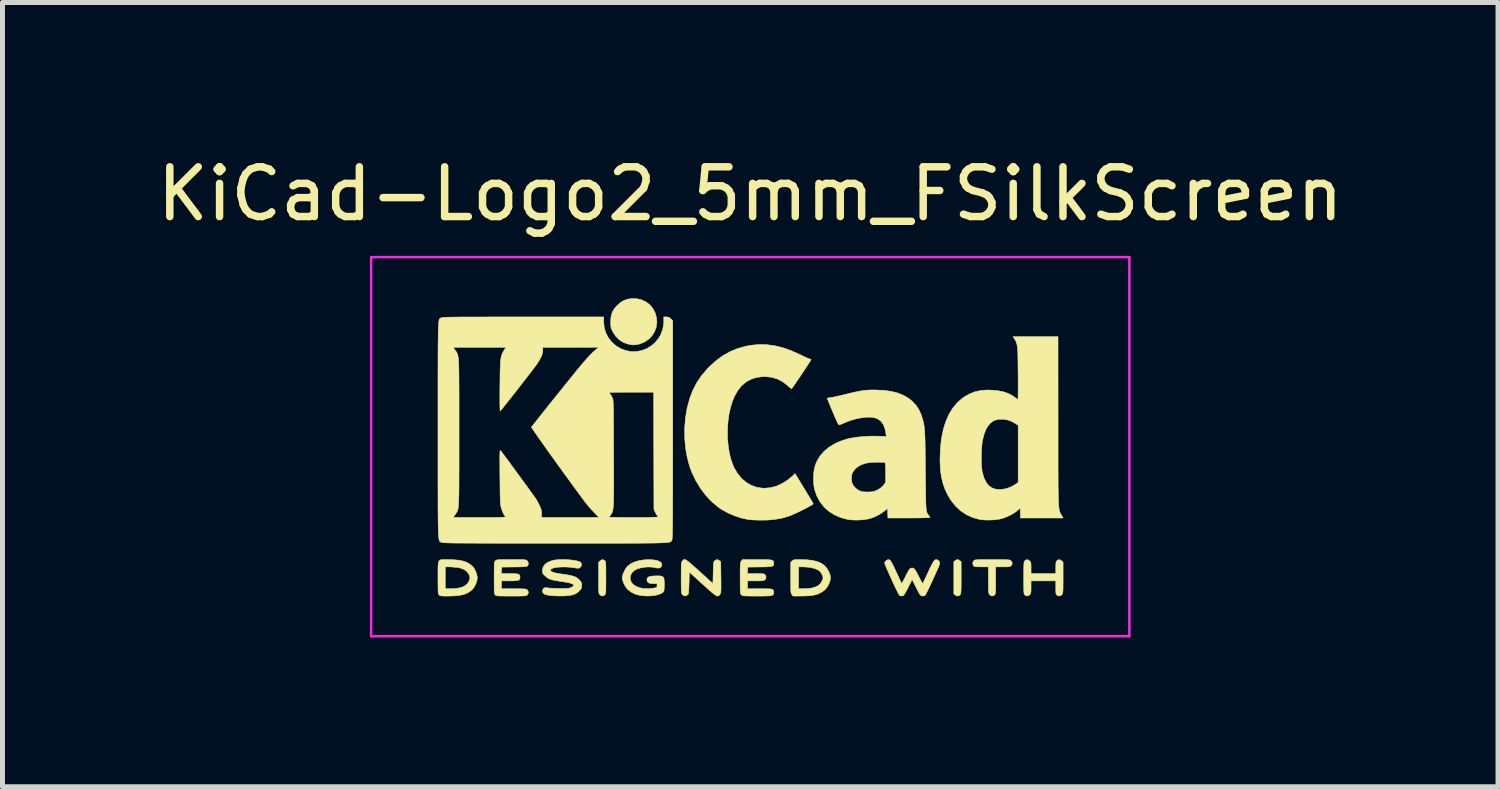
<source format=kicad_pcb>
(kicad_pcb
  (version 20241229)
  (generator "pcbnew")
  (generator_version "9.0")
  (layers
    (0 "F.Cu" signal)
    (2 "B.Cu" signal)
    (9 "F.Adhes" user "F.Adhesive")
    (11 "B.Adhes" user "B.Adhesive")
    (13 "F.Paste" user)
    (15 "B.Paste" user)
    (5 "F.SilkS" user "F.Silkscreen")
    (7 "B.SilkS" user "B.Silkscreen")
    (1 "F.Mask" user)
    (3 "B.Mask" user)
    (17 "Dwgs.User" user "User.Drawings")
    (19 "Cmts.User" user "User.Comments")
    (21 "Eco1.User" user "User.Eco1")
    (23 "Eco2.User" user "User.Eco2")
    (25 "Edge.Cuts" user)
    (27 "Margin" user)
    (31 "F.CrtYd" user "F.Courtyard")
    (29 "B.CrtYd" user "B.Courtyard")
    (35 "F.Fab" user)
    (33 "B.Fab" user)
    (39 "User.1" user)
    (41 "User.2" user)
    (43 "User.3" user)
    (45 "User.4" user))
  (footprint "KiCad-Logo2_5mm_FSilkScreen"
    (layer "F.Cu")
    (at 12.03 5.928)
    (property "Reference" "KiCad-Logo2_5mm_FSilkScreen" (at 0 -5.08 0) (layer "F.SilkS") (effects (font (size 1 1) (thickness 0.15))))
    (attr exclude_from_pos_files exclude_from_bom)
    (fp_poly (pts (xy 4.189 2.276) (xy 4.212 2.291) (xy 4.239 2.312) (xy 4.239 2.634) (xy 4.239 2.728) (xy 4.239 2.802) (xy 4.238 2.859) (xy 4.236 2.901) (xy 4.234 2.931) (xy 4.231 2.951) (xy 4.227 2.965) (xy 4.221 2.974) (xy 4.217 2.979) (xy 4.186 3) (xy 4.15 2.999) (xy 4.119 2.981) (xy 4.092 2.96) (xy 4.092 2.312) (xy 4.119 2.291) (xy 4.145 2.275) (xy 4.166 2.269) (xy 4.189 2.276)) (stroke (width 0.01) (type solid)) (fill yes) (layer "F.SilkS"))
    (fp_poly (pts (xy -2.924 2.292) (xy -2.917 2.299) (xy -2.912 2.309) (xy -2.908 2.324) (xy -2.905 2.346) (xy -2.903 2.378) (xy -2.902 2.422) (xy -2.902 2.482) (xy -2.901 2.56) (xy -2.901 2.636) (xy -2.901 2.73) (xy -2.902 2.804) (xy -2.902 2.86) (xy -2.904 2.902) (xy -2.906 2.932) (xy -2.909 2.952) (xy -2.913 2.965) (xy -2.919 2.974) (xy -2.924 2.98) (xy -2.957 3) (xy -2.992 2.998) (xy -3.023 2.977) (xy -3.031 2.968) (xy -3.036 2.959) (xy -3.041 2.945) (xy -3.044 2.924) (xy -3.046 2.895) (xy -3.047 2.853) (xy -3.048 2.796) (xy -3.048 2.722) (xy -3.048 2.638) (xy -3.048 2.324) (xy -3.02 2.297) (xy -2.986 2.273) (xy -2.953 2.273) (xy -2.924 2.292)) (stroke (width 0.01) (type solid)) (fill yes) (layer "F.SilkS"))
    (fp_poly (pts (xy -2.273 -2.973) (xy -2.177 -2.949) (xy -2.09 -2.906) (xy -2.015 -2.847) (xy -1.954 -2.772) (xy -1.909 -2.683) (xy -1.883 -2.586) (xy -1.877 -2.489) (xy -1.892 -2.395) (xy -1.926 -2.307) (xy -1.977 -2.228) (xy -2.042 -2.16) (xy -2.121 -2.106) (xy -2.212 -2.068) (xy -2.263 -2.056) (xy -2.308 -2.048) (xy -2.342 -2.045) (xy -2.375 -2.047) (xy -2.415 -2.054) (xy -2.449 -2.061) (xy -2.542 -2.092) (xy -2.626 -2.143) (xy -2.698 -2.213) (xy -2.756 -2.298) (xy -2.77 -2.326) (xy -2.787 -2.362) (xy -2.797 -2.392) (xy -2.802 -2.425) (xy -2.805 -2.466) (xy -2.805 -2.512) (xy -2.801 -2.596) (xy -2.787 -2.665) (xy -2.762 -2.726) (xy -2.723 -2.784) (xy -2.684 -2.829) (xy -2.612 -2.895) (xy -2.537 -2.94) (xy -2.455 -2.967) (xy -2.377 -2.977) (xy -2.273 -2.973)) (stroke (width 0.01) (type solid)) (fill yes) (layer "F.SilkS"))
    (fp_poly (pts (xy 4.963 2.269) (xy 5.042 2.27) (xy 5.103 2.27) (xy 5.149 2.272) (xy 5.182 2.274) (xy 5.205 2.277) (xy 5.221 2.28) (xy 5.231 2.285) (xy 5.236 2.289) (xy 5.261 2.321) (xy 5.265 2.355) (xy 5.249 2.386) (xy 5.238 2.398) (xy 5.227 2.406) (xy 5.211 2.412) (xy 5.186 2.414) (xy 5.147 2.416) (xy 5.09 2.416) (xy 5.079 2.416) (xy 4.933 2.416) (xy 4.933 2.687) (xy 4.933 2.772) (xy 4.933 2.838) (xy 4.932 2.887) (xy 4.93 2.922) (xy 4.927 2.946) (xy 4.923 2.962) (xy 4.918 2.972) (xy 4.911 2.98) (xy 4.878 3) (xy 4.843 2.999) (xy 4.812 2.976) (xy 4.81 2.973) (xy 4.802 2.962) (xy 4.797 2.95) (xy 4.793 2.933) (xy 4.79 2.908) (xy 4.788 2.872) (xy 4.787 2.822) (xy 4.787 2.755) (xy 4.786 2.68) (xy 4.786 2.416) (xy 4.647 2.416) (xy 4.587 2.415) (xy 4.546 2.414) (xy 4.519 2.411) (xy 4.502 2.405) (xy 4.49 2.397) (xy 4.489 2.395) (xy 4.473 2.362) (xy 4.474 2.324) (xy 4.493 2.292) (xy 4.5 2.285) (xy 4.51 2.28) (xy 4.524 2.276) (xy 4.545 2.274) (xy 4.575 2.272) (xy 4.618 2.27) (xy 4.676 2.269) (xy 4.75 2.269) (xy 4.844 2.269) (xy 4.864 2.269) (xy 4.963 2.269)) (stroke (width 0.01) (type solid)) (fill yes) (layer "F.SilkS"))
    (fp_poly (pts (xy 6.229 2.275) (xy 6.26 2.297) (xy 6.288 2.324) (xy 6.288 2.634) (xy 6.288 2.726) (xy 6.287 2.798) (xy 6.287 2.853) (xy 6.285 2.893) (xy 6.283 2.922) (xy 6.28 2.942) (xy 6.275 2.956) (xy 6.269 2.967) (xy 6.265 2.973) (xy 6.234 2.998) (xy 6.198 3) (xy 6.166 2.985) (xy 6.156 2.976) (xy 6.148 2.965) (xy 6.144 2.946) (xy 6.142 2.915) (xy 6.141 2.869) (xy 6.141 2.833) (xy 6.141 2.698) (xy 5.644 2.698) (xy 5.644 2.821) (xy 5.644 2.877) (xy 5.642 2.915) (xy 5.638 2.941) (xy 5.63 2.96) (xy 5.621 2.973) (xy 5.59 2.998) (xy 5.555 3.001) (xy 5.522 2.983) (xy 5.513 2.974) (xy 5.506 2.962) (xy 5.502 2.943) (xy 5.499 2.914) (xy 5.498 2.87) (xy 5.497 2.808) (xy 5.497 2.794) (xy 5.497 2.678) (xy 5.497 2.582) (xy 5.497 2.504) (xy 5.497 2.443) (xy 5.498 2.396) (xy 5.5 2.361) (xy 5.502 2.335) (xy 5.505 2.318) (xy 5.51 2.306) (xy 5.515 2.298) (xy 5.52 2.292) (xy 5.552 2.272) (xy 5.585 2.275) (xy 5.617 2.297) (xy 5.629 2.311) (xy 5.638 2.327) (xy 5.642 2.35) (xy 5.644 2.384) (xy 5.644 2.436) (xy 5.644 2.551) (xy 6.141 2.551) (xy 6.141 2.433) (xy 6.142 2.378) (xy 6.144 2.341) (xy 6.148 2.317) (xy 6.155 2.301) (xy 6.164 2.292) (xy 6.196 2.272) (xy 6.229 2.275)) (stroke (width 0.01) (type solid)) (fill yes) (layer "F.SilkS"))
    (fp_poly (pts (xy 1.018 2.269) (xy 1.147 2.274) (xy 1.257 2.287) (xy 1.349 2.31) (xy 1.426 2.343) (xy 1.489 2.388) (xy 1.539 2.444) (xy 1.58 2.514) (xy 1.58 2.515) (xy 1.605 2.577) (xy 1.613 2.633) (xy 1.606 2.688) (xy 1.584 2.751) (xy 1.579 2.761) (xy 1.55 2.817) (xy 1.517 2.86) (xy 1.475 2.897) (xy 1.417 2.934) (xy 1.414 2.936) (xy 1.364 2.96) (xy 1.307 2.978) (xy 1.24 2.991) (xy 1.159 2.999) (xy 1.06 3.002) (xy 1.025 3.002) (xy 0.86 3.003) (xy 0.836 2.973) (xy 0.829 2.963) (xy 0.824 2.952) (xy 0.82 2.936) (xy 0.817 2.913) (xy 0.815 2.88) (xy 0.814 2.856) (xy 0.971 2.856) (xy 1.065 2.856) (xy 1.12 2.854) (xy 1.176 2.85) (xy 1.222 2.844) (xy 1.225 2.844) (xy 1.307 2.822) (xy 1.371 2.789) (xy 1.418 2.743) (xy 1.451 2.683) (xy 1.457 2.667) (xy 1.463 2.642) (xy 1.46 2.618) (xy 1.448 2.585) (xy 1.441 2.569) (xy 1.418 2.527) (xy 1.39 2.497) (xy 1.359 2.477) (xy 1.297 2.45) (xy 1.218 2.43) (xy 1.125 2.419) (xy 1.058 2.416) (xy 0.971 2.416) (xy 0.971 2.856) (xy 0.814 2.856) (xy 0.814 2.835) (xy 0.813 2.774) (xy 0.813 2.696) (xy 0.813 2.634) (xy 0.813 2.324) (xy 0.841 2.297) (xy 0.853 2.286) (xy 0.866 2.278) (xy 0.885 2.273) (xy 0.913 2.27) (xy 0.955 2.269) (xy 1.015 2.269) (xy 1.018 2.269)) (stroke (width 0.01) (type solid)) (fill yes) (layer "F.SilkS"))
    (fp_poly (pts (xy -6.121 2.269) (xy -6.082 2.269) (xy -5.966 2.272) (xy -5.869 2.281) (xy -5.788 2.295) (xy -5.719 2.317) (xy -5.658 2.347) (xy -5.604 2.387) (xy -5.584 2.404) (xy -5.552 2.443) (xy -5.523 2.497) (xy -5.5 2.557) (xy -5.488 2.615) (xy -5.486 2.636) (xy -5.494 2.695) (xy -5.516 2.759) (xy -5.547 2.82) (xy -5.584 2.868) (xy -5.59 2.874) (xy -5.641 2.915) (xy -5.696 2.947) (xy -5.76 2.971) (xy -5.834 2.988) (xy -5.924 2.998) (xy -6.031 3.002) (xy -6.08 3.003) (xy -6.142 3.003) (xy -6.186 3.001) (xy -6.215 2.999) (xy -6.234 2.994) (xy -6.247 2.987) (xy -6.254 2.98) (xy -6.261 2.973) (xy -6.266 2.963) (xy -6.27 2.948) (xy -6.273 2.926) (xy -6.274 2.894) (xy -6.276 2.85) (xy -6.276 2.79) (xy -6.277 2.712) (xy -6.277 2.636) (xy -6.277 2.535) (xy -6.277 2.454) (xy -6.276 2.416) (xy -6.13 2.416) (xy -6.13 2.856) (xy -6.037 2.856) (xy -5.981 2.854) (xy -5.922 2.85) (xy -5.873 2.844) (xy -5.872 2.844) (xy -5.792 2.825) (xy -5.731 2.795) (xy -5.684 2.753) (xy -5.655 2.707) (xy -5.636 2.656) (xy -5.638 2.608) (xy -5.659 2.557) (xy -5.7 2.504) (xy -5.758 2.465) (xy -5.833 2.438) (xy -5.883 2.429) (xy -5.939 2.423) (xy -6 2.418) (xy -6.051 2.416) (xy -6.054 2.416) (xy -6.13 2.416) (xy -6.276 2.416) (xy -6.275 2.392) (xy -6.271 2.345) (xy -6.263 2.312) (xy -6.25 2.29) (xy -6.23 2.277) (xy -6.203 2.27) (xy -6.167 2.269) (xy -6.121 2.269)) (stroke (width 0.01) (type solid)) (fill yes) (layer "F.SilkS"))
    (fp_poly (pts (xy -1.3 2.273) (xy -1.277 2.287) (xy -1.246 2.31) (xy -1.206 2.342) (xy -1.156 2.386) (xy -1.094 2.441) (xy -1.018 2.509) (xy -0.931 2.588) (xy -0.751 2.752) (xy -0.745 2.532) (xy -0.743 2.456) (xy -0.741 2.4) (xy -0.739 2.36) (xy -0.736 2.332) (xy -0.731 2.314) (xy -0.725 2.303) (xy -0.717 2.294) (xy -0.713 2.291) (xy -0.678 2.272) (xy -0.645 2.274) (xy -0.619 2.291) (xy -0.593 2.312) (xy -0.589 2.627) (xy -0.588 2.72) (xy -0.588 2.793) (xy -0.588 2.848) (xy -0.589 2.889) (xy -0.591 2.919) (xy -0.594 2.939) (xy -0.598 2.953) (xy -0.604 2.964) (xy -0.61 2.972) (xy -0.623 2.988) (xy -0.637 2.999) (xy -0.652 3.003) (xy -0.671 2.999) (xy -0.695 2.987) (xy -0.727 2.965) (xy -0.768 2.932) (xy -0.821 2.887) (xy -0.886 2.829) (xy -0.96 2.762) (xy -1.225 2.521) (xy -1.23 2.741) (xy -1.233 2.816) (xy -1.235 2.872) (xy -1.237 2.913) (xy -1.24 2.94) (xy -1.244 2.958) (xy -1.25 2.969) (xy -1.259 2.978) (xy -1.263 2.981) (xy -1.3 3) (xy -1.335 2.997) (xy -1.365 2.973) (xy -1.372 2.963) (xy -1.378 2.952) (xy -1.382 2.936) (xy -1.385 2.913) (xy -1.386 2.88) (xy -1.388 2.835) (xy -1.388 2.774) (xy -1.389 2.694) (xy -1.389 2.636) (xy -1.388 2.544) (xy -1.388 2.473) (xy -1.387 2.418) (xy -1.386 2.378) (xy -1.384 2.349) (xy -1.38 2.329) (xy -1.376 2.315) (xy -1.37 2.305) (xy -1.365 2.299) (xy -1.354 2.285) (xy -1.343 2.274) (xy -1.332 2.268) (xy -1.318 2.267) (xy -1.3 2.273)) (stroke (width 0.01) (type solid)) (fill yes) (layer "F.SilkS"))
    (fp_poly (pts (xy -1.95 2.275) (xy -1.882 2.286) (xy -1.829 2.304) (xy -1.795 2.327) (xy -1.785 2.341) (xy -1.776 2.372) (xy -1.782 2.4) (xy -1.802 2.427) (xy -1.834 2.44) (xy -1.879 2.439) (xy -1.914 2.432) (xy -1.992 2.419) (xy -2.072 2.418) (xy -2.162 2.428) (xy -2.186 2.433) (xy -2.269 2.456) (xy -2.334 2.491) (xy -2.38 2.537) (xy -2.407 2.592) (xy -2.413 2.621) (xy -2.409 2.68) (xy -2.386 2.732) (xy -2.345 2.776) (xy -2.288 2.811) (xy -2.219 2.837) (xy -2.138 2.852) (xy -2.048 2.854) (xy -1.951 2.845) (xy -1.945 2.844) (xy -1.907 2.836) (xy -1.885 2.83) (xy -1.876 2.819) (xy -1.874 2.802) (xy -1.874 2.793) (xy -1.874 2.754) (xy -1.942 2.754) (xy -2.003 2.75) (xy -2.044 2.737) (xy -2.068 2.714) (xy -2.077 2.679) (xy -2.077 2.674) (xy -2.072 2.645) (xy -2.054 2.623) (xy -2.022 2.609) (xy -1.972 2.601) (xy -1.923 2.598) (xy -1.852 2.596) (xy -1.801 2.599) (xy -1.766 2.609) (xy -1.744 2.628) (xy -1.733 2.66) (xy -1.728 2.708) (xy -1.727 2.77) (xy -1.729 2.84) (xy -1.733 2.887) (xy -1.74 2.912) (xy -1.741 2.914) (xy -1.78 2.946) (xy -1.837 2.97) (xy -1.909 2.988) (xy -1.991 2.999) (xy -2.081 3.001) (xy -2.175 2.994) (xy -2.23 2.986) (xy -2.316 2.962) (xy -2.396 2.922) (xy -2.463 2.87) (xy -2.473 2.86) (xy -2.506 2.816) (xy -2.536 2.762) (xy -2.559 2.706) (xy -2.572 2.654) (xy -2.574 2.635) (xy -2.567 2.593) (xy -2.55 2.542) (xy -2.524 2.488) (xy -2.495 2.439) (xy -2.469 2.406) (xy -2.408 2.357) (xy -2.329 2.319) (xy -2.235 2.29) (xy -2.129 2.274) (xy -2.032 2.27) (xy -1.95 2.275)) (stroke (width 0.01) (type solid)) (fill yes) (layer "F.SilkS"))
    (fp_poly (pts (xy 0.23 2.269) (xy 0.307 2.27) (xy 0.365 2.272) (xy 0.408 2.276) (xy 0.438 2.282) (xy 0.457 2.291) (xy 0.468 2.303) (xy 0.473 2.319) (xy 0.474 2.339) (xy 0.474 2.341) (xy 0.473 2.364) (xy 0.468 2.382) (xy 0.457 2.395) (xy 0.437 2.404) (xy 0.406 2.41) (xy 0.36 2.414) (xy 0.298 2.417) (xy 0.216 2.418) (xy 0.191 2.418) (xy -0.051 2.421) (xy -0.054 2.486) (xy -0.058 2.551) (xy 0.111 2.551) (xy 0.176 2.552) (xy 0.223 2.553) (xy 0.255 2.555) (xy 0.276 2.559) (xy 0.289 2.565) (xy 0.299 2.573) (xy 0.299 2.573) (xy 0.316 2.607) (xy 0.316 2.643) (xy 0.297 2.674) (xy 0.294 2.678) (xy 0.281 2.686) (xy 0.263 2.692) (xy 0.237 2.695) (xy 0.197 2.697) (xy 0.142 2.698) (xy 0.106 2.698) (xy -0.056 2.698) (xy -0.056 2.856) (xy 0.19 2.856) (xy 0.272 2.856) (xy 0.333 2.857) (xy 0.379 2.858) (xy 0.41 2.86) (xy 0.431 2.864) (xy 0.445 2.868) (xy 0.453 2.874) (xy 0.455 2.877) (xy 0.472 2.908) (xy 0.473 2.944) (xy 0.46 2.975) (xy 0.449 2.985) (xy 0.438 2.991) (xy 0.421 2.995) (xy 0.396 2.998) (xy 0.359 3) (xy 0.308 3.002) (xy 0.24 3.003) (xy 0.153 3.003) (xy 0.133 3.003) (xy 0.045 3.003) (xy -0.024 3.002) (xy -0.075 3.002) (xy -0.113 3) (xy -0.139 2.998) (xy -0.156 2.994) (xy -0.167 2.989) (xy -0.176 2.983) (xy -0.18 2.978) (xy -0.187 2.97) (xy -0.192 2.96) (xy -0.196 2.945) (xy -0.199 2.923) (xy -0.201 2.89) (xy -0.202 2.845) (xy -0.203 2.785) (xy -0.203 2.707) (xy -0.203 2.641) (xy -0.203 2.549) (xy -0.203 2.476) (xy -0.202 2.421) (xy -0.201 2.38) (xy -0.198 2.35) (xy -0.195 2.33) (xy -0.191 2.316) (xy -0.185 2.305) (xy -0.18 2.299) (xy -0.156 2.269) (xy 0.134 2.269) (xy 0.23 2.269)) (stroke (width 0.01) (type solid)) (fill yes) (layer "F.SilkS"))
    (fp_poly (pts (xy -4.713 2.269) (xy -4.643 2.27) (xy -4.591 2.27) (xy -4.553 2.272) (xy -4.526 2.274) (xy -4.508 2.278) (xy -4.496 2.283) (xy -4.487 2.289) (xy -4.484 2.292) (xy -4.464 2.323) (xy -4.46 2.359) (xy -4.473 2.391) (xy -4.48 2.397) (xy -4.489 2.403) (xy -4.505 2.408) (xy -4.529 2.412) (xy -4.566 2.414) (xy -4.617 2.416) (xy -4.685 2.418) (xy -4.748 2.418) (xy -4.995 2.421) (xy -4.999 2.486) (xy -5.002 2.551) (xy -4.834 2.551) (xy -4.761 2.552) (xy -4.708 2.555) (xy -4.671 2.56) (xy -4.647 2.57) (xy -4.634 2.586) (xy -4.629 2.607) (xy -4.628 2.628) (xy -4.631 2.653) (xy -4.64 2.671) (xy -4.659 2.684) (xy -4.691 2.692) (xy -4.738 2.696) (xy -4.804 2.698) (xy -4.84 2.698) (xy -5.001 2.698) (xy -5.001 2.856) (xy -4.753 2.856) (xy -4.671 2.856) (xy -4.609 2.857) (xy -4.564 2.858) (xy -4.532 2.86) (xy -4.511 2.863) (xy -4.496 2.868) (xy -4.487 2.874) (xy -4.482 2.879) (xy -4.465 2.906) (xy -4.459 2.929) (xy -4.467 2.959) (xy -4.482 2.98) (xy -4.49 2.987) (xy -4.5 2.992) (xy -4.515 2.996) (xy -4.538 2.999) (xy -4.571 3.001) (xy -4.618 3.002) (xy -4.68 3.003) (xy -4.761 3.003) (xy -4.803 3.003) (xy -4.894 3.003) (xy -4.964 3.002) (xy -5.017 3.002) (xy -5.056 3) (xy -5.083 2.998) (xy -5.101 2.994) (xy -5.113 2.99) (xy -5.122 2.983) (xy -5.125 2.98) (xy -5.132 2.973) (xy -5.137 2.963) (xy -5.141 2.948) (xy -5.144 2.926) (xy -5.146 2.894) (xy -5.147 2.849) (xy -5.147 2.789) (xy -5.148 2.711) (xy -5.148 2.638) (xy -5.148 2.545) (xy -5.147 2.471) (xy -5.147 2.415) (xy -5.146 2.374) (xy -5.144 2.345) (xy -5.141 2.325) (xy -5.136 2.312) (xy -5.131 2.303) (xy -5.123 2.295) (xy -5.122 2.294) (xy -5.113 2.286) (xy -5.103 2.28) (xy -5.089 2.276) (xy -5.067 2.273) (xy -5.036 2.271) (xy -4.993 2.27) (xy -4.934 2.269) (xy -4.857 2.269) (xy -4.802 2.269) (xy -4.713 2.269)) (stroke (width 0.01) (type solid)) (fill yes) (layer "F.SilkS"))
    (fp_poly (pts (xy 3.745 2.271) (xy 3.764 2.278) (xy 3.765 2.278) (xy 3.792 2.299) (xy 3.806 2.32) (xy 3.809 2.329) (xy 3.809 2.342) (xy 3.805 2.361) (xy 3.796 2.387) (xy 3.782 2.424) (xy 3.761 2.473) (xy 3.732 2.536) (xy 3.695 2.617) (xy 3.675 2.661) (xy 3.639 2.74) (xy 3.604 2.812) (xy 3.574 2.876) (xy 3.548 2.928) (xy 3.528 2.965) (xy 3.516 2.986) (xy 3.513 2.989) (xy 3.482 3.001) (xy 3.447 3) (xy 3.419 2.984) (xy 3.418 2.983) (xy 3.407 2.966) (xy 3.388 2.933) (xy 3.364 2.888) (xy 3.337 2.836) (xy 3.327 2.817) (xy 3.254 2.67) (xy 3.174 2.829) (xy 3.146 2.884) (xy 3.119 2.932) (xy 3.097 2.969) (xy 3.081 2.991) (xy 3.076 2.996) (xy 3.034 3.002) (xy 3 2.989) (xy 2.99 2.974) (xy 2.972 2.943) (xy 2.949 2.897) (xy 2.921 2.839) (xy 2.89 2.774) (xy 2.857 2.704) (xy 2.824 2.631) (xy 2.792 2.56) (xy 2.763 2.494) (xy 2.737 2.435) (xy 2.718 2.386) (xy 2.705 2.352) (xy 2.7 2.334) (xy 2.7 2.334) (xy 2.711 2.311) (xy 2.733 2.289) (xy 2.735 2.288) (xy 2.762 2.272) (xy 2.787 2.273) (xy 2.796 2.275) (xy 2.808 2.282) (xy 2.82 2.294) (xy 2.834 2.315) (xy 2.852 2.347) (xy 2.875 2.393) (xy 2.905 2.455) (xy 2.932 2.512) (xy 2.962 2.578) (xy 2.99 2.638) (xy 3.013 2.688) (xy 3.03 2.725) (xy 3.039 2.746) (xy 3.041 2.749) (xy 3.047 2.743) (xy 3.061 2.721) (xy 3.081 2.685) (xy 3.106 2.638) (xy 3.115 2.619) (xy 3.148 2.554) (xy 3.174 2.507) (xy 3.194 2.474) (xy 3.21 2.454) (xy 3.226 2.443) (xy 3.242 2.439) (xy 3.252 2.438) (xy 3.271 2.44) (xy 3.287 2.447) (xy 3.303 2.462) (xy 3.321 2.487) (xy 3.344 2.526) (xy 3.373 2.581) (xy 3.389 2.613) (xy 3.415 2.663) (xy 3.437 2.705) (xy 3.454 2.734) (xy 3.464 2.748) (xy 3.466 2.749) (xy 3.472 2.738) (xy 3.487 2.709) (xy 3.508 2.666) (xy 3.534 2.612) (xy 3.564 2.548) (xy 3.578 2.517) (xy 3.616 2.436) (xy 3.647 2.374) (xy 3.672 2.328) (xy 3.692 2.297) (xy 3.71 2.278) (xy 3.727 2.271) (xy 3.745 2.271)) (stroke (width 0.01) (type solid)) (fill yes) (layer "F.SilkS"))
    (fp_poly (pts (xy -3.692 2.27) (xy -3.617 2.276) (xy -3.547 2.284) (xy -3.487 2.295) (xy -3.44 2.308) (xy -3.41 2.323) (xy -3.406 2.327) (xy -3.39 2.362) (xy -3.395 2.397) (xy -3.419 2.428) (xy -3.421 2.429) (xy -3.435 2.438) (xy -3.45 2.443) (xy -3.471 2.443) (xy -3.503 2.44) (xy -3.552 2.432) (xy -3.556 2.432) (xy -3.629 2.423) (xy -3.707 2.418) (xy -3.786 2.418) (xy -3.859 2.422) (xy -3.922 2.43) (xy -3.968 2.443) (xy -3.971 2.444) (xy -4.005 2.463) (xy -4.017 2.482) (xy -4.008 2.5) (xy -3.978 2.518) (xy -3.929 2.535) (xy -3.861 2.549) (xy -3.816 2.556) (xy -3.721 2.57) (xy -3.647 2.582) (xy -3.588 2.594) (xy -3.542 2.608) (xy -3.506 2.623) (xy -3.476 2.641) (xy -3.449 2.664) (xy -3.428 2.686) (xy -3.403 2.717) (xy -3.391 2.743) (xy -3.387 2.776) (xy -3.387 2.788) (xy -3.39 2.828) (xy -3.401 2.857) (xy -3.421 2.883) (xy -3.462 2.924) (xy -3.508 2.954) (xy -3.562 2.976) (xy -3.627 2.991) (xy -3.707 2.999) (xy -3.805 3.001) (xy -3.821 3.001) (xy -3.887 3) (xy -3.952 2.997) (xy -4.009 2.992) (xy -4.052 2.987) (xy -4.055 2.987) (xy -4.098 2.976) (xy -4.134 2.964) (xy -4.154 2.952) (xy -4.173 2.922) (xy -4.174 2.886) (xy -4.158 2.854) (xy -4.154 2.851) (xy -4.139 2.84) (xy -4.12 2.835) (xy -4.091 2.836) (xy -4.056 2.84) (xy -4.016 2.844) (xy -3.96 2.847) (xy -3.895 2.849) (xy -3.828 2.85) (xy -3.81 2.85) (xy -3.742 2.85) (xy -3.692 2.849) (xy -3.657 2.846) (xy -3.63 2.841) (xy -3.609 2.834) (xy -3.596 2.828) (xy -3.568 2.811) (xy -3.55 2.796) (xy -3.547 2.792) (xy -3.553 2.774) (xy -3.579 2.757) (xy -3.624 2.741) (xy -3.687 2.728) (xy -3.705 2.725) (xy -3.801 2.71) (xy -3.878 2.697) (xy -3.938 2.686) (xy -3.984 2.676) (xy -4.021 2.665) (xy -4.049 2.653) (xy -4.073 2.639) (xy -4.096 2.622) (xy -4.119 2.601) (xy -4.127 2.594) (xy -4.155 2.567) (xy -4.17 2.545) (xy -4.176 2.52) (xy -4.177 2.489) (xy -4.167 2.428) (xy -4.136 2.376) (xy -4.085 2.333) (xy -4.013 2.3) (xy -3.962 2.285) (xy -3.907 2.275) (xy -3.841 2.27) (xy -3.768 2.268) (xy -3.692 2.27)) (stroke (width 0.01) (type solid)) (fill yes) (layer "F.SilkS"))
    (fp_poly (pts (xy 0.328 -2.051) (xy 0.489 -2.03) (xy 0.653 -1.99) (xy 0.822 -1.93) (xy 1 -1.851) (xy 1.011 -1.845) (xy 1.069 -1.817) (xy 1.121 -1.793) (xy 1.162 -1.775) (xy 1.19 -1.764) (xy 1.2 -1.761) (xy 1.219 -1.756) (xy 1.224 -1.752) (xy 1.218 -1.741) (xy 1.202 -1.715) (xy 1.177 -1.676) (xy 1.145 -1.626) (xy 1.107 -1.569) (xy 1.066 -1.507) (xy 1.023 -1.442) (xy 0.98 -1.379) (xy 0.939 -1.319) (xy 0.902 -1.265) (xy 0.871 -1.22) (xy 0.847 -1.186) (xy 0.832 -1.167) (xy 0.83 -1.165) (xy 0.82 -1.17) (xy 0.798 -1.187) (xy 0.767 -1.214) (xy 0.752 -1.228) (xy 0.655 -1.303) (xy 0.548 -1.359) (xy 0.433 -1.394) (xy 0.31 -1.408) (xy 0.241 -1.407) (xy 0.119 -1.39) (xy 0.01 -1.354) (xy -0.087 -1.299) (xy -0.174 -1.225) (xy -0.249 -1.131) (xy -0.314 -1.018) (xy -0.351 -0.931) (xy -0.395 -0.796) (xy -0.428 -0.648) (xy -0.448 -0.493) (xy -0.458 -0.333) (xy -0.456 -0.173) (xy -0.443 -0.016) (xy -0.419 0.133) (xy -0.384 0.271) (xy -0.338 0.395) (xy -0.322 0.429) (xy -0.253 0.543) (xy -0.173 0.64) (xy -0.081 0.718) (xy 0.02 0.777) (xy 0.13 0.816) (xy 0.247 0.834) (xy 0.289 0.835) (xy 0.41 0.824) (xy 0.531 0.791) (xy 0.649 0.737) (xy 0.762 0.663) (xy 0.854 0.585) (xy 0.9 0.54) (xy 1.081 0.837) (xy 1.127 0.911) (xy 1.168 0.98) (xy 1.204 1.039) (xy 1.233 1.088) (xy 1.254 1.124) (xy 1.265 1.144) (xy 1.266 1.147) (xy 1.258 1.157) (xy 1.233 1.174) (xy 1.193 1.197) (xy 1.142 1.225) (xy 1.084 1.255) (xy 1.021 1.287) (xy 0.958 1.318) (xy 0.896 1.346) (xy 0.839 1.371) (xy 0.791 1.391) (xy 0.768 1.399) (xy 0.634 1.437) (xy 0.496 1.462) (xy 0.349 1.475) (xy 0.222 1.477) (xy 0.154 1.476) (xy 0.088 1.474) (xy 0.031 1.471) (xy -0.013 1.468) (xy -0.027 1.466) (xy -0.166 1.438) (xy -0.307 1.392) (xy -0.445 1.334) (xy -0.572 1.264) (xy -0.649 1.211) (xy -0.777 1.103) (xy -0.895 0.977) (xy -1.002 0.835) (xy -1.095 0.681) (xy -1.173 0.518) (xy -1.217 0.401) (xy -1.267 0.217) (xy -1.301 0.023) (xy -1.318 -0.179) (xy -1.318 -0.382) (xy -1.301 -0.584) (xy -1.268 -0.781) (xy -1.217 -0.967) (xy -1.214 -0.978) (xy -1.151 -1.14) (xy -1.074 -1.288) (xy -0.981 -1.426) (xy -0.868 -1.558) (xy -0.825 -1.604) (xy -0.688 -1.728) (xy -0.549 -1.83) (xy -0.403 -1.912) (xy -0.249 -1.975) (xy -0.084 -2.02) (xy 0.011 -2.038) (xy 0.17 -2.054) (xy 0.328 -2.051)) (stroke (width 0.01) (type solid)) (fill yes) (layer "F.SilkS"))
    (fp_poly (pts (xy 6.187 -0.528) (xy 6.187 -0.293) (xy 6.187 -0.08) (xy 6.187 0.112) (xy 6.187 0.285) (xy 6.187 0.441) (xy 6.188 0.579) (xy 6.188 0.701) (xy 6.189 0.808) (xy 6.19 0.901) (xy 6.192 0.982) (xy 6.194 1.051) (xy 6.196 1.11) (xy 6.198 1.159) (xy 6.202 1.2) (xy 6.205 1.234) (xy 6.21 1.262) (xy 6.214 1.285) (xy 6.22 1.304) (xy 6.226 1.321) (xy 6.233 1.335) (xy 6.24 1.349) (xy 6.249 1.364) (xy 6.254 1.373) (xy 6.288 1.434) (xy 5.43 1.434) (xy 5.43 1.338) (xy 5.429 1.294) (xy 5.427 1.261) (xy 5.424 1.243) (xy 5.423 1.242) (xy 5.412 1.249) (xy 5.389 1.267) (xy 5.366 1.286) (xy 5.312 1.327) (xy 5.242 1.368) (xy 5.165 1.405) (xy 5.088 1.435) (xy 5.057 1.445) (xy 4.989 1.46) (xy 4.906 1.47) (xy 4.816 1.475) (xy 4.728 1.474) (xy 4.649 1.469) (xy 4.612 1.463) (xy 4.473 1.425) (xy 4.346 1.367) (xy 4.23 1.29) (xy 4.127 1.195) (xy 4.036 1.081) (xy 3.969 0.97) (xy 3.914 0.854) (xy 3.872 0.734) (xy 3.842 0.608) (xy 3.823 0.472) (xy 3.815 0.32) (xy 3.814 0.243) (xy 3.816 0.186) (xy 4.645 0.186) (xy 4.645 0.279) (xy 4.648 0.367) (xy 4.654 0.444) (xy 4.662 0.505) (xy 4.665 0.517) (xy 4.697 0.625) (xy 4.738 0.712) (xy 4.79 0.779) (xy 4.853 0.826) (xy 4.926 0.853) (xy 5.011 0.862) (xy 5.107 0.851) (xy 5.17 0.835) (xy 5.219 0.817) (xy 5.274 0.791) (xy 5.314 0.767) (xy 5.385 0.721) (xy 5.385 -0.429) (xy 5.317 -0.473) (xy 5.239 -0.514) (xy 5.155 -0.541) (xy 5.07 -0.553) (xy 4.988 -0.549) (xy 4.915 -0.53) (xy 4.883 -0.515) (xy 4.826 -0.472) (xy 4.777 -0.415) (xy 4.735 -0.342) (xy 4.701 -0.252) (xy 4.672 -0.141) (xy 4.671 -0.135) (xy 4.66 -0.073) (xy 4.653 0.005) (xy 4.648 0.093) (xy 4.645 0.186) (xy 3.816 0.186) (xy 3.822 0.03) (xy 3.844 -0.166) (xy 3.88 -0.345) (xy 3.93 -0.506) (xy 3.994 -0.65) (xy 4.071 -0.777) (xy 4.163 -0.886) (xy 4.268 -0.977) (xy 4.314 -1.008) (xy 4.415 -1.064) (xy 4.518 -1.104) (xy 4.628 -1.128) (xy 4.749 -1.138) (xy 4.842 -1.137) (xy 4.971 -1.126) (xy 5.084 -1.104) (xy 5.183 -1.07) (xy 5.271 -1.024) (xy 5.32 -0.99) (xy 5.349 -0.968) (xy 5.371 -0.953) (xy 5.379 -0.948) (xy 5.381 -0.959) (xy 5.382 -0.99) (xy 5.383 -1.037) (xy 5.384 -1.1) (xy 5.384 -1.173) (xy 5.384 -1.256) (xy 5.384 -1.344) (xy 5.384 -1.436) (xy 5.383 -1.528) (xy 5.382 -1.618) (xy 5.381 -1.704) (xy 5.38 -1.781) (xy 5.379 -1.848) (xy 5.377 -1.902) (xy 5.375 -1.94) (xy 5.375 -1.947) (xy 5.367 -2.018) (xy 5.356 -2.073) (xy 5.338 -2.12) (xy 5.312 -2.166) (xy 5.305 -2.176) (xy 5.281 -2.213) (xy 6.186 -2.213) (xy 6.187 -0.528)) (stroke (width 0.01) (type solid)) (fill yes) (layer "F.SilkS"))
    (fp_poly (pts (xy 2.674 -1.133) (xy 2.825 -1.113) (xy 2.961 -1.08) (xy 3.08 -1.032) (xy 3.185 -0.971) (xy 3.262 -0.907) (xy 3.331 -0.833) (xy 3.385 -0.753) (xy 3.428 -0.661) (xy 3.443 -0.618) (xy 3.456 -0.579) (xy 3.467 -0.543) (xy 3.477 -0.508) (xy 3.485 -0.472) (xy 3.492 -0.433) (xy 3.498 -0.39) (xy 3.503 -0.34) (xy 3.507 -0.283) (xy 3.51 -0.215) (xy 3.513 -0.136) (xy 3.515 -0.043) (xy 3.517 0.066) (xy 3.518 0.192) (xy 3.52 0.337) (xy 3.521 0.48) (xy 3.522 0.636) (xy 3.524 0.771) (xy 3.525 0.887) (xy 3.526 0.986) (xy 3.528 1.068) (xy 3.53 1.136) (xy 3.532 1.192) (xy 3.535 1.236) (xy 3.539 1.271) (xy 3.544 1.299) (xy 3.55 1.321) (xy 3.557 1.338) (xy 3.565 1.352) (xy 3.574 1.366) (xy 3.585 1.38) (xy 3.59 1.385) (xy 3.605 1.408) (xy 3.612 1.423) (xy 3.612 1.424) (xy 3.602 1.426) (xy 3.571 1.428) (xy 3.522 1.43) (xy 3.458 1.431) (xy 3.382 1.433) (xy 3.295 1.433) (xy 3.2 1.434) (xy 3.19 1.434) (xy 2.767 1.434) (xy 2.763 1.338) (xy 2.76 1.242) (xy 2.698 1.293) (xy 2.601 1.36) (xy 2.491 1.415) (xy 2.404 1.445) (xy 2.335 1.46) (xy 2.252 1.47) (xy 2.162 1.475) (xy 2.074 1.474) (xy 1.995 1.468) (xy 1.959 1.463) (xy 1.819 1.425) (xy 1.692 1.37) (xy 1.58 1.299) (xy 1.484 1.213) (xy 1.404 1.112) (xy 1.341 0.997) (xy 1.296 0.871) (xy 1.284 0.814) (xy 1.276 0.752) (xy 1.273 0.677) (xy 1.272 0.643) (xy 1.272 0.64) (xy 2.032 0.64) (xy 2.042 0.715) (xy 2.07 0.779) (xy 2.118 0.835) (xy 2.123 0.839) (xy 2.172 0.874) (xy 2.223 0.897) (xy 2.284 0.909) (xy 2.359 0.911) (xy 2.377 0.911) (xy 2.431 0.908) (xy 2.471 0.903) (xy 2.506 0.893) (xy 2.545 0.876) (xy 2.556 0.871) (xy 2.616 0.835) (xy 2.663 0.792) (xy 2.676 0.777) (xy 2.721 0.72) (xy 2.721 0.525) (xy 2.72 0.446) (xy 2.718 0.388) (xy 2.715 0.349) (xy 2.711 0.327) (xy 2.707 0.32) (xy 2.691 0.317) (xy 2.657 0.314) (xy 2.61 0.313) (xy 2.555 0.312) (xy 2.546 0.312) (xy 2.425 0.317) (xy 2.323 0.333) (xy 2.236 0.361) (xy 2.164 0.401) (xy 2.109 0.448) (xy 2.064 0.506) (xy 2.039 0.569) (xy 2.032 0.64) (xy 1.272 0.64) (xy 1.274 0.55) (xy 1.283 0.471) (xy 1.299 0.4) (xy 1.324 0.329) (xy 1.348 0.276) (xy 1.407 0.181) (xy 1.485 0.093) (xy 1.58 0.014) (xy 1.69 -0.055) (xy 1.813 -0.111) (xy 1.945 -0.154) (xy 2.009 -0.169) (xy 2.146 -0.191) (xy 2.294 -0.206) (xy 2.446 -0.212) (xy 2.572 -0.211) (xy 2.734 -0.204) (xy 2.727 -0.263) (xy 2.707 -0.362) (xy 2.676 -0.443) (xy 2.632 -0.506) (xy 2.575 -0.551) (xy 2.503 -0.58) (xy 2.416 -0.594) (xy 2.313 -0.591) (xy 2.275 -0.587) (xy 2.134 -0.562) (xy 1.997 -0.521) (xy 1.902 -0.483) (xy 1.857 -0.464) (xy 1.819 -0.448) (xy 1.792 -0.439) (xy 1.785 -0.437) (xy 1.775 -0.446) (xy 1.758 -0.475) (xy 1.734 -0.524) (xy 1.703 -0.594) (xy 1.665 -0.684) (xy 1.658 -0.7) (xy 1.628 -0.772) (xy 1.601 -0.838) (xy 1.578 -0.893) (xy 1.561 -0.936) (xy 1.55 -0.963) (xy 1.547 -0.972) (xy 1.557 -0.977) (xy 1.583 -0.982) (xy 1.611 -0.986) (xy 1.642 -0.991) (xy 1.689 -1) (xy 1.751 -1.013) (xy 1.821 -1.029) (xy 1.896 -1.047) (xy 1.925 -1.054) (xy 2.03 -1.08) (xy 2.117 -1.1) (xy 2.192 -1.115) (xy 2.258 -1.126) (xy 2.319 -1.133) (xy 2.381 -1.138) (xy 2.446 -1.14) (xy 2.504 -1.14) (xy 2.674 -1.133)) (stroke (width 0.01) (type solid)) (fill yes) (layer "F.SilkS"))
    (fp_poly (pts (xy -2.946 -2.511) (xy -2.936 -2.397) (xy -2.904 -2.289) (xy -2.853 -2.19) (xy -2.784 -2.102) (xy -2.699 -2.027) (xy -2.602 -1.97) (xy -2.496 -1.93) (xy -2.389 -1.911) (xy -2.283 -1.913) (xy -2.181 -1.932) (xy -2.085 -1.969) (xy -1.996 -2.021) (xy -1.917 -2.087) (xy -1.849 -2.167) (xy -1.796 -2.258) (xy -1.759 -2.359) (xy -1.74 -2.47) (xy -1.738 -2.52) (xy -1.738 -2.608) (xy -1.687 -2.608) (xy -1.65 -2.605) (xy -1.623 -2.593) (xy -1.596 -2.569) (xy -1.558 -2.531) (xy -1.558 -0.339) (xy -1.558 -0.077) (xy -1.558 0.163) (xy -1.558 0.383) (xy -1.558 0.583) (xy -1.558 0.764) (xy -1.558 0.928) (xy -1.559 1.074) (xy -1.559 1.205) (xy -1.559 1.32) (xy -1.56 1.421) (xy -1.561 1.509) (xy -1.561 1.585) (xy -1.562 1.65) (xy -1.563 1.704) (xy -1.564 1.749) (xy -1.565 1.786) (xy -1.567 1.815) (xy -1.568 1.837) (xy -1.57 1.854) (xy -1.572 1.866) (xy -1.574 1.874) (xy -1.576 1.88) (xy -1.577 1.882) (xy -1.581 1.889) (xy -1.585 1.895) (xy -1.589 1.901) (xy -1.594 1.906) (xy -1.601 1.911) (xy -1.611 1.916) (xy -1.625 1.92) (xy -1.645 1.923) (xy -1.669 1.926) (xy -1.701 1.929) (xy -1.741 1.931) (xy -1.789 1.934) (xy -1.846 1.935) (xy -1.914 1.937) (xy -1.994 1.938) (xy -2.085 1.939) (xy -2.19 1.94) (xy -2.309 1.94) (xy -2.443 1.941) (xy -2.593 1.941) (xy -2.76 1.941) (xy -2.945 1.942) (xy -3.149 1.942) (xy -3.372 1.942) (xy -3.616 1.941) (xy -3.881 1.941) (xy -3.92 1.941) (xy -4.187 1.941) (xy -4.432 1.941) (xy -4.657 1.941) (xy -4.861 1.941) (xy -5.047 1.941) (xy -5.215 1.941) (xy -5.366 1.94) (xy -5.501 1.94) (xy -5.62 1.939) (xy -5.725 1.939) (xy -5.817 1.938) (xy -5.896 1.938) (xy -5.964 1.937) (xy -6.021 1.936) (xy -6.069 1.935) (xy -6.107 1.933) (xy -6.138 1.932) (xy -6.162 1.931) (xy -6.18 1.929) (xy -6.192 1.927) (xy -6.201 1.925) (xy -6.205 1.923) (xy -6.214 1.92) (xy -6.221 1.917) (xy -6.229 1.915) (xy -6.235 1.911) (xy -6.241 1.906) (xy -6.246 1.897) (xy -6.251 1.885) (xy -6.255 1.869) (xy -6.259 1.846) (xy -6.262 1.818) (xy -6.265 1.781) (xy -6.268 1.737) (xy -6.27 1.683) (xy -6.271 1.618) (xy -6.273 1.543) (xy -6.274 1.455) (xy -6.275 1.354) (xy -6.276 1.239) (xy -6.276 1.11) (xy -6.276 0.964) (xy -6.277 0.802) (xy -6.277 0.621) (xy -6.277 0.422) (xy -6.277 0.204) (xy -6.277 -0.035) (xy -6.277 -0.296) (xy -6.277 -0.338) (xy -6.277 -0.601) (xy -6.277 -0.842) (xy -6.277 -1.063) (xy -6.277 -1.264) (xy -6.277 -1.446) (xy -6.276 -1.61) (xy -6.276 -1.757) (xy -6.276 -1.888) (xy -6.275 -1.998) (xy -5.972 -1.998) (xy -5.932 -1.94) (xy -5.921 -1.925) (xy -5.911 -1.911) (xy -5.902 -1.897) (xy -5.894 -1.883) (xy -5.887 -1.868) (xy -5.881 -1.849) (xy -5.875 -1.826) (xy -5.871 -1.798) (xy -5.867 -1.764) (xy -5.863 -1.722) (xy -5.861 -1.67) (xy -5.858 -1.609) (xy -5.857 -1.537) (xy -5.855 -1.452) (xy -5.855 -1.354) (xy -5.854 -1.24) (xy -5.853 -1.111) (xy -5.853 -0.965) (xy -5.853 -0.8) (xy -5.853 -0.616) (xy -5.853 -0.41) (xy -5.853 -0.288) (xy -5.853 -0.071) (xy -5.853 0.125) (xy -5.853 0.3) (xy -5.853 0.456) (xy -5.854 0.595) (xy -5.854 0.717) (xy -5.855 0.823) (xy -5.856 0.915) (xy -5.857 0.994) (xy -5.859 1.062) (xy -5.862 1.118) (xy -5.865 1.165) (xy -5.868 1.204) (xy -5.872 1.235) (xy -5.877 1.261) (xy -5.883 1.282) (xy -5.89 1.299) (xy -5.897 1.314) (xy -5.906 1.327) (xy -5.915 1.341) (xy -5.925 1.356) (xy -5.932 1.365) (xy -5.97 1.422) (xy -5.439 1.422) (xy -5.315 1.422) (xy -5.213 1.422) (xy -5.129 1.422) (xy -5.063 1.421) (xy -5.012 1.42) (xy -4.974 1.419) (xy -4.948 1.417) (xy -4.932 1.415) (xy -4.923 1.412) (xy -4.921 1.408) (xy -4.923 1.404) (xy -4.925 1.403) (xy -4.95 1.366) (xy -4.976 1.313) (xy -4.999 1.251) (xy -5.007 1.224) (xy -5.012 1.206) (xy -5.016 1.185) (xy -5.019 1.159) (xy -5.022 1.126) (xy -5.024 1.083) (xy -5.026 1.028) (xy -5.028 0.96) (xy -5.029 0.877) (xy -5.03 0.775) (xy -5.031 0.654) (xy -5.032 0.61) (xy -5.033 0.484) (xy -5.033 0.38) (xy -5.034 0.295) (xy -5.034 0.227) (xy -5.034 0.174) (xy -5.033 0.135) (xy -5.031 0.107) (xy -5.029 0.09) (xy -5.027 0.081) (xy -5.023 0.078) (xy -5.019 0.08) (xy -5.015 0.085) (xy -5.004 0.098) (xy -4.982 0.127) (xy -4.95 0.17) (xy -4.909 0.225) (xy -4.861 0.289) (xy -4.808 0.362) (xy -4.751 0.44) (xy -4.691 0.521) (xy -4.631 0.603) (xy -4.572 0.685) (xy -4.514 0.763) (xy -4.461 0.836) (xy -4.413 0.902) (xy -4.373 0.959) (xy -4.341 1.004) (xy -4.318 1.035) (xy -4.314 1.041) (xy -4.291 1.078) (xy -4.264 1.126) (xy -4.239 1.176) (xy -4.236 1.183) (xy -4.214 1.231) (xy -4.201 1.268) (xy -4.196 1.304) (xy -4.194 1.346) (xy -4.195 1.422) (xy -3.041 1.422) (xy -3.132 1.329) (xy -3.179 1.279) (xy -3.229 1.222) (xy -3.275 1.168) (xy -3.295 1.143) (xy -3.326 1.103) (xy -3.366 1.05) (xy -3.414 0.985) (xy -3.47 0.909) (xy -3.532 0.825) (xy -3.599 0.733) (xy -3.669 0.636) (xy -3.743 0.535) (xy -3.817 0.432) (xy -3.892 0.328) (xy -3.966 0.225) (xy -4.038 0.125) (xy -4.106 0.029) (xy -4.17 -0.061) (xy -4.229 -0.144) (xy -4.28 -0.218) (xy -4.324 -0.28) (xy -4.359 -0.33) (xy -4.383 -0.367) (xy -4.396 -0.387) (xy -4.398 -0.391) (xy -4.39 -0.403) (xy -4.369 -0.43) (xy -4.337 -0.471) (xy -4.294 -0.525) (xy -4.243 -0.589) (xy -4.185 -0.663) (xy -4.12 -0.744) (xy -4.051 -0.831) (xy -3.979 -0.921) (xy -3.904 -1.014) (xy -3.845 -1.088) (xy -2.834 -1.088) (xy -2.828 -1.075) (xy -2.813 -1.053) (xy -2.812 -1.052) (xy -2.793 -1.021) (xy -2.774 -0.985) (xy -2.77 -0.976) (xy -2.766 -0.968) (xy -2.763 -0.958) (xy -2.76 -0.945) (xy -2.758 -0.927) (xy -2.756 -0.904) (xy -2.754 -0.873) (xy -2.753 -0.833) (xy -2.751 -0.784) (xy -2.75 -0.723) (xy -2.749 -0.649) (xy -2.749 -0.561) (xy -2.748 -0.457) (xy -2.747 -0.337) (xy -2.747 -0.198) (xy -2.746 -0.039) (xy -2.746 0.14) (xy -2.745 0.325) (xy -2.745 0.489) (xy -2.745 0.633) (xy -2.744 0.759) (xy -2.745 0.868) (xy -2.745 0.961) (xy -2.747 1.04) (xy -2.748 1.106) (xy -2.75 1.161) (xy -2.753 1.206) (xy -2.757 1.242) (xy -2.761 1.271) (xy -2.766 1.295) (xy -2.772 1.313) (xy -2.779 1.329) (xy -2.787 1.344) (xy -2.797 1.358) (xy -2.805 1.37) (xy -2.822 1.396) (xy -2.832 1.414) (xy -2.834 1.417) (xy -2.823 1.418) (xy -2.791 1.419) (xy -2.742 1.42) (xy -2.677 1.421) (xy -2.599 1.422) (xy -2.51 1.422) (xy -2.411 1.422) (xy -2.342 1.422) (xy -2.237 1.422) (xy -2.141 1.422) (xy -2.054 1.421) (xy -1.98 1.419) (xy -1.921 1.418) (xy -1.879 1.416) (xy -1.855 1.414) (xy -1.851 1.412) (xy -1.859 1.398) (xy -1.867 1.39) (xy -1.88 1.372) (xy -1.897 1.342) (xy -1.909 1.318) (xy -1.936 1.259) (xy -1.939 0.082) (xy -1.942 -1.095) (xy -2.388 -1.095) (xy -2.486 -1.095) (xy -2.576 -1.094) (xy -2.657 -1.094) (xy -2.725 -1.093) (xy -2.779 -1.092) (xy -2.815 -1.09) (xy -2.833 -1.089) (xy -2.834 -1.088) (xy -3.845 -1.088) (xy -3.829 -1.107) (xy -3.755 -1.199) (xy -3.683 -1.289) (xy -3.615 -1.374) (xy -3.551 -1.452) (xy -3.494 -1.523) (xy -3.444 -1.584) (xy -3.403 -1.633) (xy -3.386 -1.654) (xy -3.3 -1.754) (xy -3.223 -1.838) (xy -3.154 -1.906) (xy -3.091 -1.96) (xy -3.082 -1.967) (xy -3.042 -1.998) (xy -4.174 -1.998) (xy -4.169 -1.95) (xy -4.172 -1.893) (xy -4.194 -1.825) (xy -4.234 -1.745) (xy -4.279 -1.673) (xy -4.295 -1.65) (xy -4.323 -1.612) (xy -4.361 -1.562) (xy -4.408 -1.501) (xy -4.462 -1.432) (xy -4.52 -1.356) (xy -4.582 -1.276) (xy -4.646 -1.194) (xy -4.71 -1.112) (xy -4.773 -1.032) (xy -4.832 -0.957) (xy -4.887 -0.888) (xy -4.935 -0.828) (xy -4.974 -0.778) (xy -5.004 -0.742) (xy -5.022 -0.72) (xy -5.025 -0.717) (xy -5.028 -0.725) (xy -5.03 -0.755) (xy -5.032 -0.807) (xy -5.033 -0.881) (xy -5.033 -0.977) (xy -5.033 -1.094) (xy -5.032 -1.214) (xy -5.03 -1.346) (xy -5.029 -1.457) (xy -5.027 -1.551) (xy -5.024 -1.629) (xy -5.021 -1.692) (xy -5.016 -1.745) (xy -5.009 -1.788) (xy -5.002 -1.823) (xy -4.992 -1.854) (xy -4.98 -1.882) (xy -4.965 -1.91) (xy -4.95 -1.935) (xy -4.912 -1.998) (xy -5.972 -1.998) (xy -6.275 -1.998) (xy -6.275 -2.004) (xy -6.274 -2.106) (xy -6.273 -2.195) (xy -6.272 -2.272) (xy -6.27 -2.337) (xy -6.269 -2.393) (xy -6.266 -2.438) (xy -6.264 -2.475) (xy -6.261 -2.505) (xy -6.258 -2.528) (xy -6.254 -2.546) (xy -6.25 -2.559) (xy -6.245 -2.568) (xy -6.24 -2.574) (xy -6.234 -2.579) (xy -6.228 -2.582) (xy -6.222 -2.586) (xy -6.216 -2.589) (xy -6.21 -2.592) (xy -6.202 -2.594) (xy -6.19 -2.596) (xy -6.173 -2.598) (xy -6.149 -2.6) (xy -6.118 -2.601) (xy -6.079 -2.602) (xy -6.03 -2.603) (xy -5.971 -2.604) (xy -5.899 -2.605) (xy -5.815 -2.606) (xy -5.718 -2.606) (xy -5.605 -2.607) (xy -5.476 -2.607) (xy -5.33 -2.607) (xy -5.166 -2.608) (xy -4.982 -2.608) (xy -4.778 -2.608) (xy -4.567 -2.608) (xy -2.946 -2.608) (xy -2.946 -2.511)) (stroke (width 0.01) (type solid)) (fill yes) (layer "F.SilkS"))
    (fp_line (start -7.62 3.81) (end -7.62 -3.81) (stroke (width 0.05) (type solid)) (layer "F.CrtYd"))
    (fp_line (start 7.62 -3.81) (end -7.62 -3.81) (stroke (width 0.05) (type solid)) (layer "F.CrtYd"))
    (fp_line (start 7.62 -3.81) (end 7.62 3.81) (stroke (width 0.05) (type solid)) (layer "F.CrtYd"))
    (fp_line (start 7.62 3.81) (end -7.62 3.81) (stroke (width 0.05) (type solid)) (layer "F.CrtYd")))
  (gr_rect
    (start -3 -3)
    (end 27.06 12.763)
    (stroke (width 0.1) (type default))
    (fill no)
    (layer "Edge.Cuts")))
</source>
